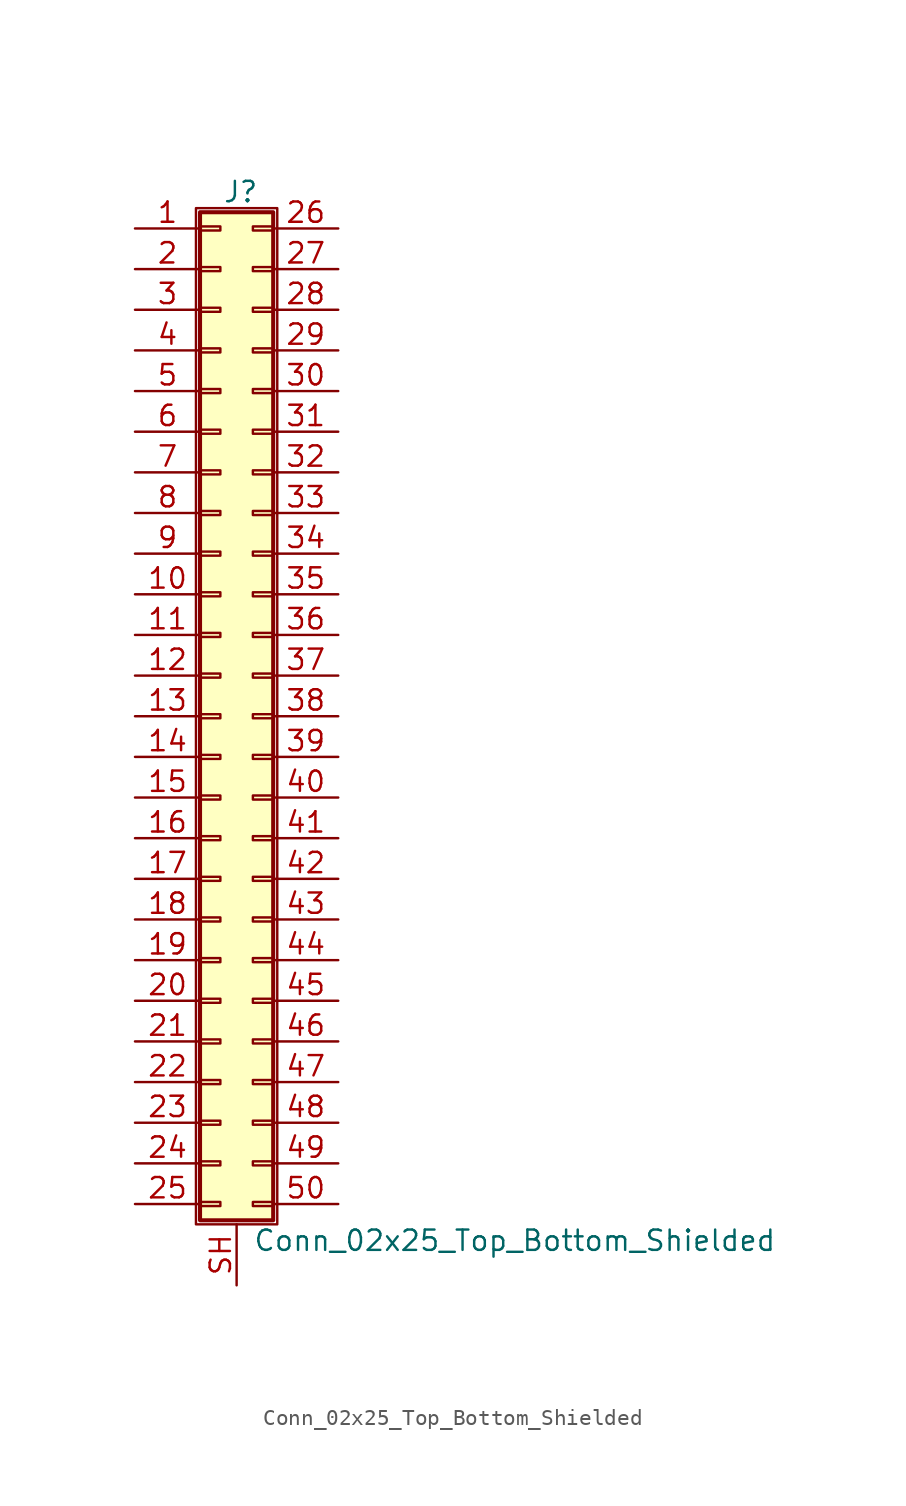
<source format=kicad_sym>
(kicad_symbol_lib
  (version 20211014)
  (generator kicad_symbol_editor)
  (symbol "Conn_02x25_Top_Bottom_Shielded"
    (pin_names
      (offset 1.016) hide)
    (property "Reference" "J"
      (at 1.524 32.766 0)
      (effects (font (size 1.27 1.27))))
    (property "Value" "Conn_02x25_Top_Bottom_Shielded"
      (at 2.286 -32.766 0)
      (effects (font (size 1.27 1.27)) (justify left)))
    (symbol "Conn_02x25_Top_Bottom_Shielded_1_1"
      (rectangle (start -1.27 31.75) (end 3.81 -31.75) (stroke (width 0.152) (type default) (color 0 0 0 0)) (fill (type none)))
      (rectangle (start -1.016 -30.353) (end 0.254 -30.607) (stroke (width 0.152) (type default) (color 0 0 0 0)) (fill (type none)))
      (rectangle (start -1.016 -27.813) (end 0.254 -28.067) (stroke (width 0.152) (type default) (color 0 0 0 0)) (fill (type none)))
      (rectangle (start -1.016 -25.273) (end 0.254 -25.527) (stroke (width 0.152) (type default) (color 0 0 0 0)) (fill (type none)))
      (rectangle (start -1.016 -22.733) (end 0.254 -22.987) (stroke (width 0.152) (type default) (color 0 0 0 0)) (fill (type none)))
      (rectangle (start -1.016 -20.193) (end 0.254 -20.447) (stroke (width 0.152) (type default) (color 0 0 0 0)) (fill (type none)))
      (rectangle (start -1.016 -17.653) (end 0.254 -17.907) (stroke (width 0.152) (type default) (color 0 0 0 0)) (fill (type none)))
      (rectangle (start -1.016 -15.113) (end 0.254 -15.367) (stroke (width 0.152) (type default) (color 0 0 0 0)) (fill (type none)))
      (rectangle (start -1.016 -12.573) (end 0.254 -12.827) (stroke (width 0.152) (type default) (color 0 0 0 0)) (fill (type none)))
      (rectangle (start -1.016 -10.033) (end 0.254 -10.287) (stroke (width 0.152) (type default) (color 0 0 0 0)) (fill (type none)))
      (rectangle (start -1.016 -7.493) (end 0.254 -7.747) (stroke (width 0.152) (type default) (color 0 0 0 0)) (fill (type none)))
      (rectangle (start -1.016 -4.953) (end 0.254 -5.207) (stroke (width 0.152) (type default) (color 0 0 0 0)) (fill (type none)))
      (rectangle (start -1.016 -2.413) (end 0.254 -2.667) (stroke (width 0.152) (type default) (color 0 0 0 0)) (fill (type none)))
      (rectangle (start -1.016 0.127) (end 0.254 -0.127) (stroke (width 0.152) (type default) (color 0 0 0 0)) (fill (type none)))
      (rectangle (start -1.016 2.667) (end 0.254 2.413) (stroke (width 0.152) (type default) (color 0 0 0 0)) (fill (type none)))
      (rectangle (start -1.016 5.207) (end 0.254 4.953) (stroke (width 0.152) (type default) (color 0 0 0 0)) (fill (type none)))
      (rectangle (start -1.016 7.747) (end 0.254 7.493) (stroke (width 0.152) (type default) (color 0 0 0 0)) (fill (type none)))
      (rectangle (start -1.016 10.287) (end 0.254 10.033) (stroke (width 0.152) (type default) (color 0 0 0 0)) (fill (type none)))
      (rectangle (start -1.016 12.827) (end 0.254 12.573) (stroke (width 0.152) (type default) (color 0 0 0 0)) (fill (type none)))
      (rectangle (start -1.016 15.367) (end 0.254 15.113) (stroke (width 0.152) (type default) (color 0 0 0 0)) (fill (type none)))
      (rectangle (start -1.016 17.907) (end 0.254 17.653) (stroke (width 0.152) (type default) (color 0 0 0 0)) (fill (type none)))
      (rectangle (start -1.016 20.447) (end 0.254 20.193) (stroke (width 0.152) (type default) (color 0 0 0 0)) (fill (type none)))
      (rectangle (start -1.016 22.987) (end 0.254 22.733) (stroke (width 0.152) (type default) (color 0 0 0 0)) (fill (type none)))
      (rectangle (start -1.016 25.527) (end 0.254 25.273) (stroke (width 0.152) (type default) (color 0 0 0 0)) (fill (type none)))
      (rectangle (start -1.016 28.067) (end 0.254 27.813) (stroke (width 0.152) (type default) (color 0 0 0 0)) (fill (type none)))
      (rectangle (start -1.016 30.607) (end 0.254 30.353) (stroke (width 0.152) (type default) (color 0 0 0 0)) (fill (type none)))
      (rectangle (start -1.016 31.496) (end 3.556 -31.496) (stroke (width 0.254) (type default) (color 0 0 0 0)) (fill (type background)))
      (rectangle (start 3.556 -30.353) (end 2.286 -30.607) (stroke (width 0.152) (type default) (color 0 0 0 0)) (fill (type none)))
      (rectangle (start 3.556 -27.813) (end 2.286 -28.067) (stroke (width 0.152) (type default) (color 0 0 0 0)) (fill (type none)))
      (rectangle (start 3.556 -25.273) (end 2.286 -25.527) (stroke (width 0.152) (type default) (color 0 0 0 0)) (fill (type none)))
      (rectangle (start 3.556 -22.733) (end 2.286 -22.987) (stroke (width 0.152) (type default) (color 0 0 0 0)) (fill (type none)))
      (rectangle (start 3.556 -20.193) (end 2.286 -20.447) (stroke (width 0.152) (type default) (color 0 0 0 0)) (fill (type none)))
      (rectangle (start 3.556 -17.653) (end 2.286 -17.907) (stroke (width 0.152) (type default) (color 0 0 0 0)) (fill (type none)))
      (rectangle (start 3.556 -15.113) (end 2.286 -15.367) (stroke (width 0.152) (type default) (color 0 0 0 0)) (fill (type none)))
      (rectangle (start 3.556 -12.573) (end 2.286 -12.827) (stroke (width 0.152) (type default) (color 0 0 0 0)) (fill (type none)))
      (rectangle (start 3.556 -10.033) (end 2.286 -10.287) (stroke (width 0.152) (type default) (color 0 0 0 0)) (fill (type none)))
      (rectangle (start 3.556 -7.493) (end 2.286 -7.747) (stroke (width 0.152) (type default) (color 0 0 0 0)) (fill (type none)))
      (rectangle (start 3.556 -4.953) (end 2.286 -5.207) (stroke (width 0.152) (type default) (color 0 0 0 0)) (fill (type none)))
      (rectangle (start 3.556 -2.413) (end 2.286 -2.667) (stroke (width 0.152) (type default) (color 0 0 0 0)) (fill (type none)))
      (rectangle (start 3.556 0.127) (end 2.286 -0.127) (stroke (width 0.152) (type default) (color 0 0 0 0)) (fill (type none)))
      (rectangle (start 3.556 2.667) (end 2.286 2.413) (stroke (width 0.152) (type default) (color 0 0 0 0)) (fill (type none)))
      (rectangle (start 3.556 5.207) (end 2.286 4.953) (stroke (width 0.152) (type default) (color 0 0 0 0)) (fill (type none)))
      (rectangle (start 3.556 7.747) (end 2.286 7.493) (stroke (width 0.152) (type default) (color 0 0 0 0)) (fill (type none)))
      (rectangle (start 3.556 10.287) (end 2.286 10.033) (stroke (width 0.152) (type default) (color 0 0 0 0)) (fill (type none)))
      (rectangle (start 3.556 12.827) (end 2.286 12.573) (stroke (width 0.152) (type default) (color 0 0 0 0)) (fill (type none)))
      (rectangle (start 3.556 15.367) (end 2.286 15.113) (stroke (width 0.152) (type default) (color 0 0 0 0)) (fill (type none)))
      (rectangle (start 3.556 17.907) (end 2.286 17.653) (stroke (width 0.152) (type default) (color 0 0 0 0)) (fill (type none)))
      (rectangle (start 3.556 20.447) (end 2.286 20.193) (stroke (width 0.152) (type default) (color 0 0 0 0)) (fill (type none)))
      (rectangle (start 3.556 22.987) (end 2.286 22.733) (stroke (width 0.152) (type default) (color 0 0 0 0)) (fill (type none)))
      (rectangle (start 3.556 25.527) (end 2.286 25.273) (stroke (width 0.152) (type default) (color 0 0 0 0)) (fill (type none)))
      (rectangle (start 3.556 28.067) (end 2.286 27.813) (stroke (width 0.152) (type default) (color 0 0 0 0)) (fill (type none)))
      (rectangle (start 3.556 30.607) (end 2.286 30.353) (stroke (width 0.152) (type default) (color 0 0 0 0)) (fill (type none)))
      (pin passive line (at -5.08 30.48 0) (length 4.064) (name "Pin_1" (effects (font (size 1.27 1.27)))) (number "1" (effects (font (size 1.27 1.27)))))
      (pin passive line (at -5.08 7.62 0) (length 4.064) (name "Pin_10" (effects (font (size 1.27 1.27)))) (number "10" (effects (font (size 1.27 1.27)))))
      (pin passive line (at -5.08 5.08 0) (length 4.064) (name "Pin_11" (effects (font (size 1.27 1.27)))) (number "11" (effects (font (size 1.27 1.27)))))
      (pin passive line (at -5.08 2.54 0) (length 4.064) (name "Pin_12" (effects (font (size 1.27 1.27)))) (number "12" (effects (font (size 1.27 1.27)))))
      (pin passive line (at -5.08 0 0) (length 4.064) (name "Pin_13" (effects (font (size 1.27 1.27)))) (number "13" (effects (font (size 1.27 1.27)))))
      (pin passive line (at -5.08 -2.54 0) (length 4.064) (name "Pin_14" (effects (font (size 1.27 1.27)))) (number "14" (effects (font (size 1.27 1.27)))))
      (pin passive line (at -5.08 -5.08 0) (length 4.064) (name "Pin_15" (effects (font (size 1.27 1.27)))) (number "15" (effects (font (size 1.27 1.27)))))
      (pin passive line (at -5.08 -7.62 0) (length 4.064) (name "Pin_16" (effects (font (size 1.27 1.27)))) (number "16" (effects (font (size 1.27 1.27)))))
      (pin passive line (at -5.08 -10.16 0) (length 4.064) (name "Pin_17" (effects (font (size 1.27 1.27)))) (number "17" (effects (font (size 1.27 1.27)))))
      (pin passive line (at -5.08 -12.7 0) (length 4.064) (name "Pin_18" (effects (font (size 1.27 1.27)))) (number "18" (effects (font (size 1.27 1.27)))))
      (pin passive line (at -5.08 -15.24 0) (length 4.064) (name "Pin_19" (effects (font (size 1.27 1.27)))) (number "19" (effects (font (size 1.27 1.27)))))
      (pin passive line (at -5.08 27.94 0) (length 4.064) (name "Pin_2" (effects (font (size 1.27 1.27)))) (number "2" (effects (font (size 1.27 1.27)))))
      (pin passive line (at -5.08 -17.78 0) (length 4.064) (name "Pin_20" (effects (font (size 1.27 1.27)))) (number "20" (effects (font (size 1.27 1.27)))))
      (pin passive line (at -5.08 -20.32 0) (length 4.064) (name "Pin_21" (effects (font (size 1.27 1.27)))) (number "21" (effects (font (size 1.27 1.27)))))
      (pin passive line (at -5.08 -22.86 0) (length 4.064) (name "Pin_22" (effects (font (size 1.27 1.27)))) (number "22" (effects (font (size 1.27 1.27)))))
      (pin passive line (at -5.08 -25.4 0) (length 4.064) (name "Pin_23" (effects (font (size 1.27 1.27)))) (number "23" (effects (font (size 1.27 1.27)))))
      (pin passive line (at -5.08 -27.94 0) (length 4.064) (name "Pin_24" (effects (font (size 1.27 1.27)))) (number "24" (effects (font (size 1.27 1.27)))))
      (pin passive line (at -5.08 -30.48 0) (length 4.064) (name "Pin_25" (effects (font (size 1.27 1.27)))) (number "25" (effects (font (size 1.27 1.27)))))
      (pin passive line (at 7.62 30.48 180) (length 4.064) (name "Pin_26" (effects (font (size 1.27 1.27)))) (number "26" (effects (font (size 1.27 1.27)))))
      (pin passive line (at 7.62 27.94 180) (length 4.064) (name "Pin_27" (effects (font (size 1.27 1.27)))) (number "27" (effects (font (size 1.27 1.27)))))
      (pin passive line (at 7.62 25.4 180) (length 4.064) (name "Pin_28" (effects (font (size 1.27 1.27)))) (number "28" (effects (font (size 1.27 1.27)))))
      (pin passive line (at 7.62 22.86 180) (length 4.064) (name "Pin_29" (effects (font (size 1.27 1.27)))) (number "29" (effects (font (size 1.27 1.27)))))
      (pin passive line (at -5.08 25.4 0) (length 4.064) (name "Pin_3" (effects (font (size 1.27 1.27)))) (number "3" (effects (font (size 1.27 1.27)))))
      (pin passive line (at 7.62 20.32 180) (length 4.064) (name "Pin_30" (effects (font (size 1.27 1.27)))) (number "30" (effects (font (size 1.27 1.27)))))
      (pin passive line (at 7.62 17.78 180) (length 4.064) (name "Pin_31" (effects (font (size 1.27 1.27)))) (number "31" (effects (font (size 1.27 1.27)))))
      (pin passive line (at 7.62 15.24 180) (length 4.064) (name "Pin_32" (effects (font (size 1.27 1.27)))) (number "32" (effects (font (size 1.27 1.27)))))
      (pin passive line (at 7.62 12.7 180) (length 4.064) (name "Pin_33" (effects (font (size 1.27 1.27)))) (number "33" (effects (font (size 1.27 1.27)))))
      (pin passive line (at 7.62 10.16 180) (length 4.064) (name "Pin_34" (effects (font (size 1.27 1.27)))) (number "34" (effects (font (size 1.27 1.27)))))
      (pin passive line (at 7.62 7.62 180) (length 4.064) (name "Pin_35" (effects (font (size 1.27 1.27)))) (number "35" (effects (font (size 1.27 1.27)))))
      (pin passive line (at 7.62 5.08 180) (length 4.064) (name "Pin_36" (effects (font (size 1.27 1.27)))) (number "36" (effects (font (size 1.27 1.27)))))
      (pin passive line (at 7.62 2.54 180) (length 4.064) (name "Pin_37" (effects (font (size 1.27 1.27)))) (number "37" (effects (font (size 1.27 1.27)))))
      (pin passive line (at 7.62 0 180) (length 4.064) (name "Pin_38" (effects (font (size 1.27 1.27)))) (number "38" (effects (font (size 1.27 1.27)))))
      (pin passive line (at 7.62 -2.54 180) (length 4.064) (name "Pin_39" (effects (font (size 1.27 1.27)))) (number "39" (effects (font (size 1.27 1.27)))))
      (pin passive line (at -5.08 22.86 0) (length 4.064) (name "Pin_4" (effects (font (size 1.27 1.27)))) (number "4" (effects (font (size 1.27 1.27)))))
      (pin passive line (at 7.62 -5.08 180) (length 4.064) (name "Pin_40" (effects (font (size 1.27 1.27)))) (number "40" (effects (font (size 1.27 1.27)))))
      (pin passive line (at 7.62 -7.62 180) (length 4.064) (name "Pin_41" (effects (font (size 1.27 1.27)))) (number "41" (effects (font (size 1.27 1.27)))))
      (pin passive line (at 7.62 -10.16 180) (length 4.064) (name "Pin_42" (effects (font (size 1.27 1.27)))) (number "42" (effects (font (size 1.27 1.27)))))
      (pin passive line (at 7.62 -12.7 180) (length 4.064) (name "Pin_43" (effects (font (size 1.27 1.27)))) (number "43" (effects (font (size 1.27 1.27)))))
      (pin passive line (at 7.62 -15.24 180) (length 4.064) (name "Pin_44" (effects (font (size 1.27 1.27)))) (number "44" (effects (font (size 1.27 1.27)))))
      (pin passive line (at 7.62 -17.78 180) (length 4.064) (name "Pin_45" (effects (font (size 1.27 1.27)))) (number "45" (effects (font (size 1.27 1.27)))))
      (pin passive line (at 7.62 -20.32 180) (length 4.064) (name "Pin_46" (effects (font (size 1.27 1.27)))) (number "46" (effects (font (size 1.27 1.27)))))
      (pin passive line (at 7.62 -22.86 180) (length 4.064) (name "Pin_47" (effects (font (size 1.27 1.27)))) (number "47" (effects (font (size 1.27 1.27)))))
      (pin passive line (at 7.62 -25.4 180) (length 4.064) (name "Pin_48" (effects (font (size 1.27 1.27)))) (number "48" (effects (font (size 1.27 1.27)))))
      (pin passive line (at 7.62 -27.94 180) (length 4.064) (name "Pin_49" (effects (font (size 1.27 1.27)))) (number "49" (effects (font (size 1.27 1.27)))))
      (pin passive line (at -5.08 20.32 0) (length 4.064) (name "Pin_5" (effects (font (size 1.27 1.27)))) (number "5" (effects (font (size 1.27 1.27)))))
      (pin passive line (at 7.62 -30.48 180) (length 4.064) (name "Pin_50" (effects (font (size 1.27 1.27)))) (number "50" (effects (font (size 1.27 1.27)))))
      (pin passive line (at -5.08 17.78 0) (length 4.064) (name "Pin_6" (effects (font (size 1.27 1.27)))) (number "6" (effects (font (size 1.27 1.27)))))
      (pin passive line (at -5.08 15.24 0) (length 4.064) (name "Pin_7" (effects (font (size 1.27 1.27)))) (number "7" (effects (font (size 1.27 1.27)))))
      (pin passive line (at -5.08 12.7 0) (length 4.064) (name "Pin_8" (effects (font (size 1.27 1.27)))) (number "8" (effects (font (size 1.27 1.27)))))
      (pin passive line (at -5.08 10.16 0) (length 4.064) (name "Pin_9" (effects (font (size 1.27 1.27)))) (number "9" (effects (font (size 1.27 1.27)))))
      (pin passive line (at 1.27 -35.56 90) (length 3.81) (name "Shield" (effects (font (size 1.27 1.27)))) (number "SH" (effects (font (size 1.27 1.27))))))))
</source>
